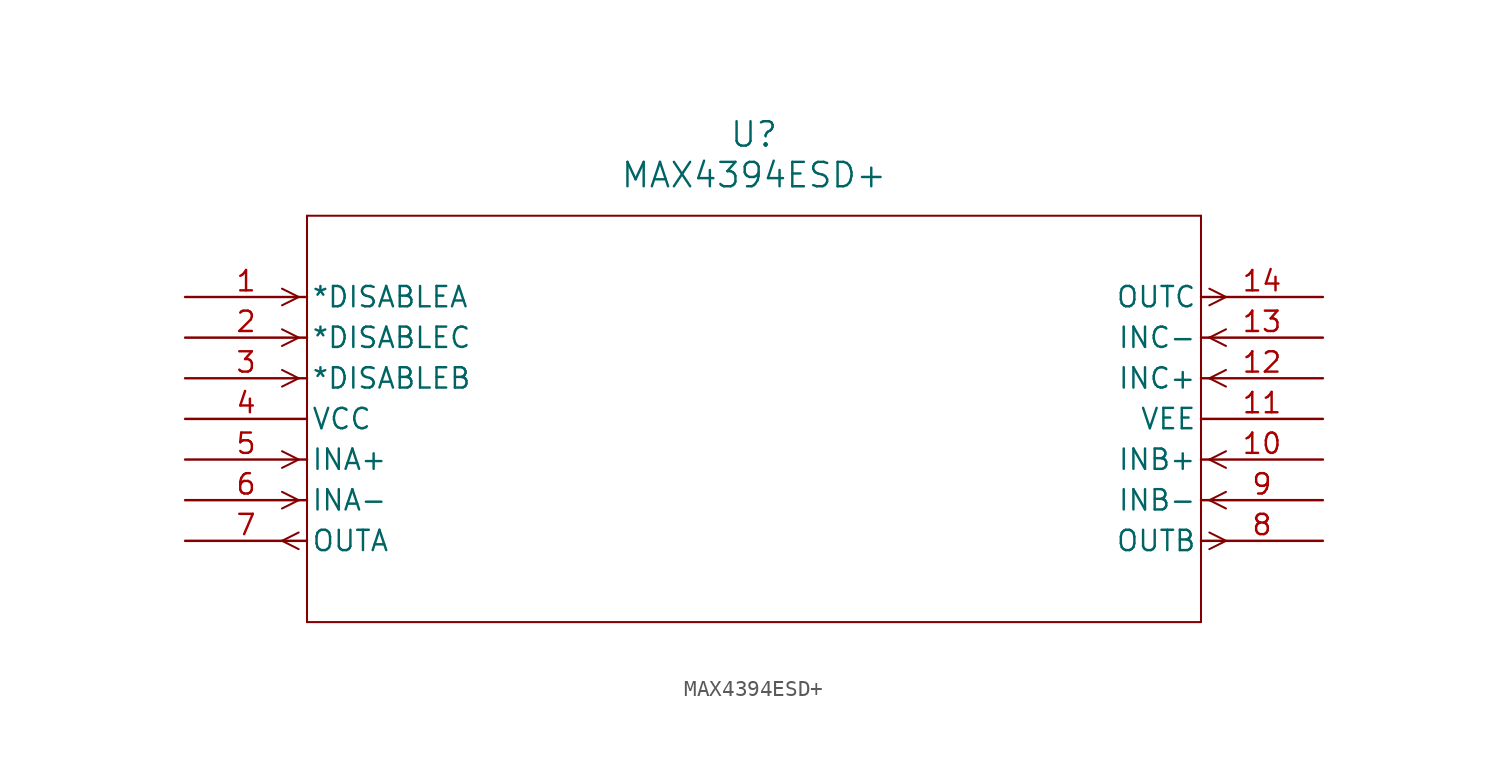
<source format=kicad_sym>
(kicad_symbol_lib
  (version 20211014)
  (generator kicad_symbol_editor)
  (symbol "MAX4394ESD+"
    (pin_names
      (offset 0.254))
    (property "Reference" "U"
      (at 35.56 10.16 0)
      (effects (font (size 1.524 1.524))))
    (property "Value" "MAX4394ESD+"
      (at 35.56 7.62 0)
      (effects (font (size 1.524 1.524))))
    (symbol "MAX4394ESD+_0_1"
      (polyline (pts (xy 7.099 0) (xy 6.058 0.521)) (stroke (width 0.127) (type default) (color 0 0 0 0)) (fill (type none)))
      (polyline (pts (xy 7.099 0) (xy 6.058 -0.521)) (stroke (width 0.127) (type default) (color 0 0 0 0)) (fill (type none)))
      (polyline (pts (xy 7.099 -2.54) (xy 6.058 -2.019)) (stroke (width 0.127) (type default) (color 0 0 0 0)) (fill (type none)))
      (polyline (pts (xy 7.099 -2.54) (xy 6.058 -3.061)) (stroke (width 0.127) (type default) (color 0 0 0 0)) (fill (type none)))
      (polyline (pts (xy 7.099 -5.08) (xy 6.058 -4.559)) (stroke (width 0.127) (type default) (color 0 0 0 0)) (fill (type none)))
      (polyline (pts (xy 7.099 -5.08) (xy 6.058 -5.601)) (stroke (width 0.127) (type default) (color 0 0 0 0)) (fill (type none)))
      (polyline (pts (xy 7.099 -10.16) (xy 6.058 -9.639)) (stroke (width 0.127) (type default) (color 0 0 0 0)) (fill (type none)))
      (polyline (pts (xy 7.099 -10.16) (xy 6.058 -10.681)) (stroke (width 0.127) (type default) (color 0 0 0 0)) (fill (type none)))
      (polyline (pts (xy 7.099 -12.7) (xy 6.058 -12.179)) (stroke (width 0.127) (type default) (color 0 0 0 0)) (fill (type none)))
      (polyline (pts (xy 7.099 -12.7) (xy 6.058 -13.221)) (stroke (width 0.127) (type default) (color 0 0 0 0)) (fill (type none)))
      (polyline (pts (xy 7.099 -14.719) (xy 6.058 -15.24)) (stroke (width 0.127) (type default) (color 0 0 0 0)) (fill (type none)))
      (polyline (pts (xy 7.099 -15.761) (xy 6.058 -15.24)) (stroke (width 0.127) (type default) (color 0 0 0 0)) (fill (type none)))
      (polyline (pts (xy 64.021 -14.719) (xy 65.062 -15.24)) (stroke (width 0.127) (type default) (color 0 0 0 0)) (fill (type none)))
      (polyline (pts (xy 64.021 -15.761) (xy 65.062 -15.24)) (stroke (width 0.127) (type default) (color 0 0 0 0)) (fill (type none)))
      (polyline (pts (xy 64.021 -12.7) (xy 65.062 -12.179)) (stroke (width 0.127) (type default) (color 0 0 0 0)) (fill (type none)))
      (polyline (pts (xy 64.021 -12.7) (xy 65.062 -13.221)) (stroke (width 0.127) (type default) (color 0 0 0 0)) (fill (type none)))
      (polyline (pts (xy 64.021 -10.16) (xy 65.062 -9.639)) (stroke (width 0.127) (type default) (color 0 0 0 0)) (fill (type none)))
      (polyline (pts (xy 64.021 -10.16) (xy 65.062 -10.681)) (stroke (width 0.127) (type default) (color 0 0 0 0)) (fill (type none)))
      (polyline (pts (xy 64.021 -5.08) (xy 65.062 -4.559)) (stroke (width 0.127) (type default) (color 0 0 0 0)) (fill (type none)))
      (polyline (pts (xy 64.021 -5.08) (xy 65.062 -5.601)) (stroke (width 0.127) (type default) (color 0 0 0 0)) (fill (type none)))
      (polyline (pts (xy 64.021 -2.54) (xy 65.062 -2.019)) (stroke (width 0.127) (type default) (color 0 0 0 0)) (fill (type none)))
      (polyline (pts (xy 64.021 -2.54) (xy 65.062 -3.061)) (stroke (width 0.127) (type default) (color 0 0 0 0)) (fill (type none)))
      (polyline (pts (xy 64.021 0.521) (xy 65.062 0)) (stroke (width 0.127) (type default) (color 0 0 0 0)) (fill (type none)))
      (polyline (pts (xy 64.021 -0.521) (xy 65.062 0)) (stroke (width 0.127) (type default) (color 0 0 0 0)) (fill (type none)))
      (polyline (pts (xy 7.62 5.08) (xy 7.62 -20.32)) (stroke (width 0.127) (type default) (color 0 0 0 0)) (fill (type none)))
      (polyline (pts (xy 7.62 -20.32) (xy 63.5 -20.32)) (stroke (width 0.127) (type default) (color 0 0 0 0)) (fill (type none)))
      (polyline (pts (xy 63.5 -20.32) (xy 63.5 5.08)) (stroke (width 0.127) (type default) (color 0 0 0 0)) (fill (type none)))
      (polyline (pts (xy 63.5 5.08) (xy 7.62 5.08)) (stroke (width 0.127) (type default) (color 0 0 0 0)) (fill (type none)))
      (pin input line (at 0 0 0) (length 7.62) (name "*DISABLEA" (effects (font (size 1.27 1.27)))) (number "1" (effects (font (size 1.27 1.27)))))
      (pin input line (at 0 -2.54 0) (length 7.62) (name "*DISABLEC" (effects (font (size 1.27 1.27)))) (number "2" (effects (font (size 1.27 1.27)))))
      (pin input line (at 0 -5.08 0) (length 7.62) (name "*DISABLEB" (effects (font (size 1.27 1.27)))) (number "3" (effects (font (size 1.27 1.27)))))
      (pin power_in line (at 0 -7.62 0) (length 7.62) (name "VCC" (effects (font (size 1.27 1.27)))) (number "4" (effects (font (size 1.27 1.27)))))
      (pin input line (at 0 -10.16 0) (length 7.62) (name "INA+" (effects (font (size 1.27 1.27)))) (number "5" (effects (font (size 1.27 1.27)))))
      (pin input line (at 0 -12.7 0) (length 7.62) (name "INA-" (effects (font (size 1.27 1.27)))) (number "6" (effects (font (size 1.27 1.27)))))
      (pin output line (at 0 -15.24 0) (length 7.62) (name "OUTA" (effects (font (size 1.27 1.27)))) (number "7" (effects (font (size 1.27 1.27)))))
      (pin output line (at 71.12 -15.24 180) (length 7.62) (name "OUTB" (effects (font (size 1.27 1.27)))) (number "8" (effects (font (size 1.27 1.27)))))
      (pin input line (at 71.12 -12.7 180) (length 7.62) (name "INB-" (effects (font (size 1.27 1.27)))) (number "9" (effects (font (size 1.27 1.27)))))
      (pin input line (at 71.12 -10.16 180) (length 7.62) (name "INB+" (effects (font (size 1.27 1.27)))) (number "10" (effects (font (size 1.27 1.27)))))
      (pin power_in line (at 71.12 -7.62 180) (length 7.62) (name "VEE" (effects (font (size 1.27 1.27)))) (number "11" (effects (font (size 1.27 1.27)))))
      (pin input line (at 71.12 -5.08 180) (length 7.62) (name "INC+" (effects (font (size 1.27 1.27)))) (number "12" (effects (font (size 1.27 1.27)))))
      (pin input line (at 71.12 -2.54 180) (length 7.62) (name "INC-" (effects (font (size 1.27 1.27)))) (number "13" (effects (font (size 1.27 1.27)))))
      (pin output line (at 71.12 0 180) (length 7.62) (name "OUTC" (effects (font (size 1.27 1.27)))) (number "14" (effects (font (size 1.27 1.27))))))))
</source>
